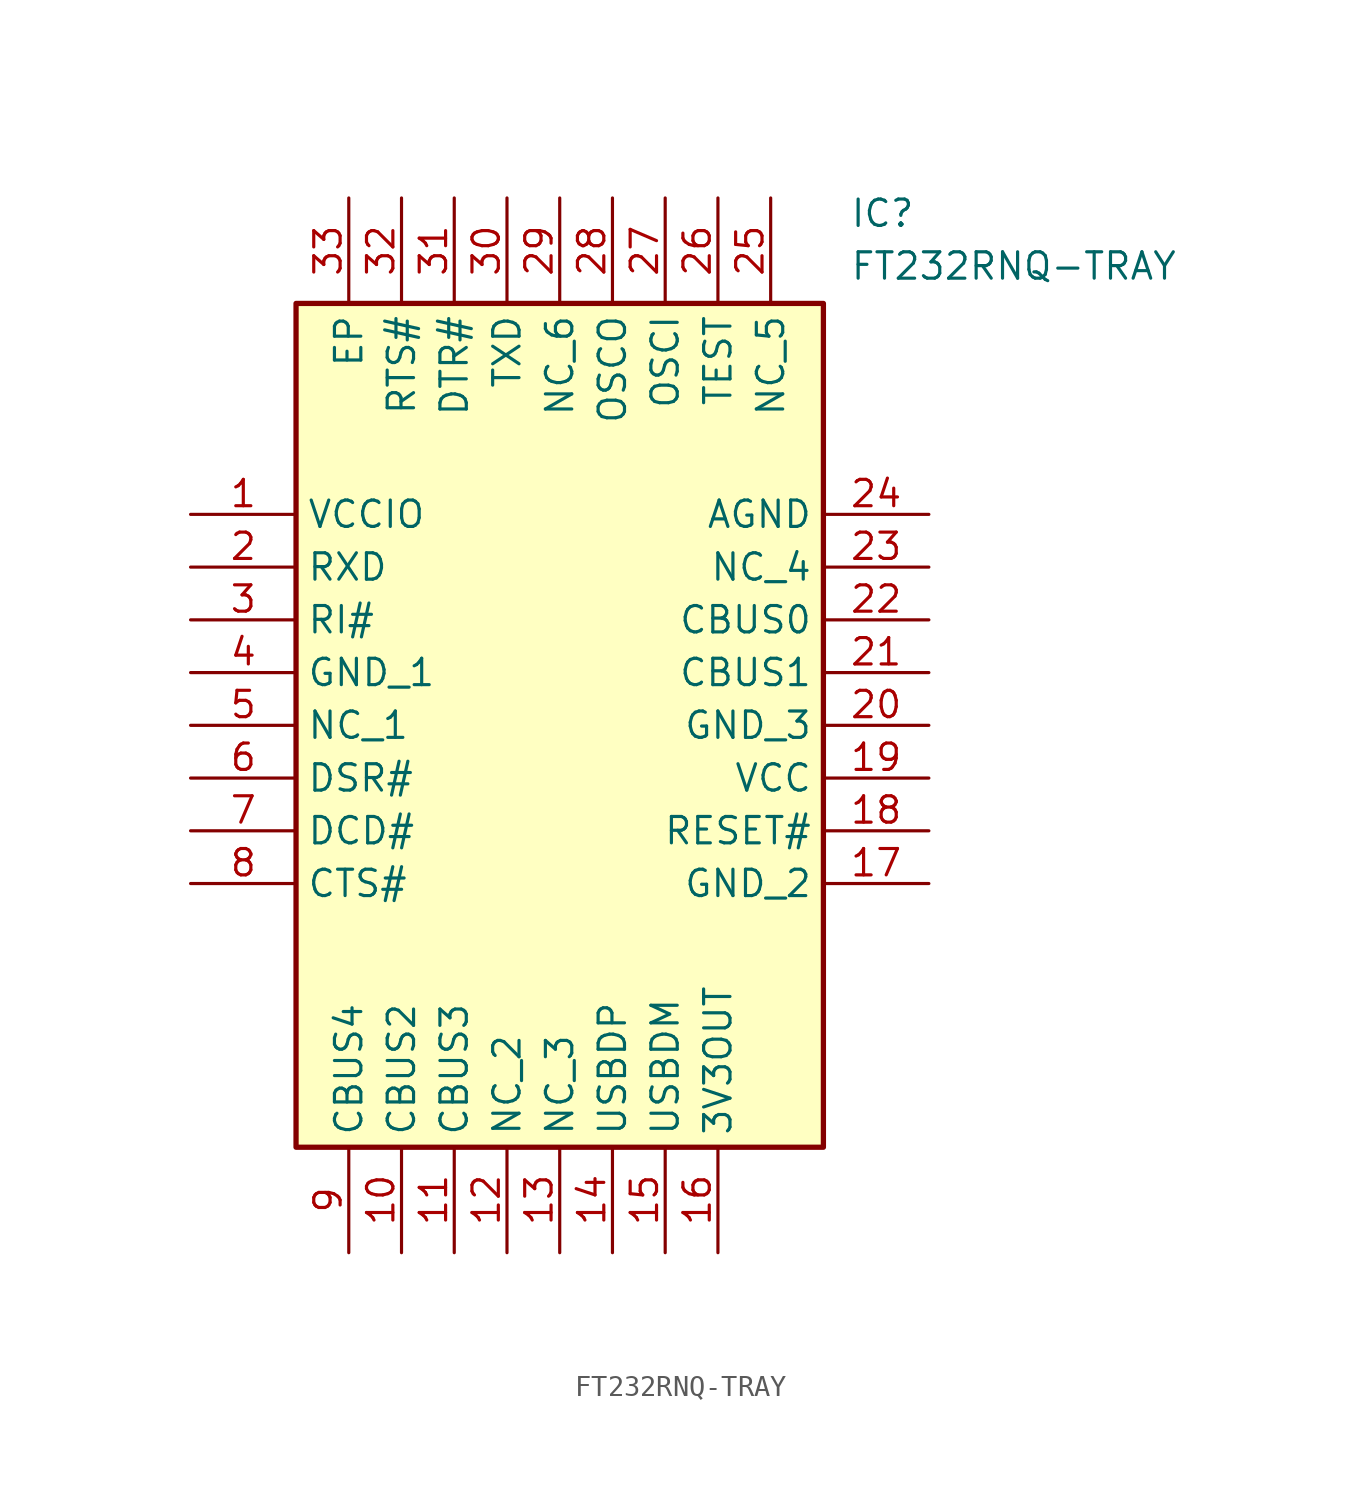
<source format=kicad_sym>
(kicad_symbol_lib
  (version 20211014)
  (generator SamacSys_ECAD_Model)
  (symbol "FT232RNQ-TRAY"
    (property "Reference" "IC"
      (at 31.75 15.24 0)
      (effects (font (size 1.27 1.27)) (justify left top)))
    (property "Value" "FT232RNQ-TRAY"
      (at 31.75 12.7 0)
      (effects (font (size 1.27 1.27)) (justify left top)))
    (rectangle
      (start 5.08 10.16)
      (end 30.48 -30.48)
      (stroke (width 0.254) (type default))
      (fill (type background)))
    (pin passive line
      (at 0 0 0)
      (length 5.08)
      (name "VCCIO" (effects (font (size 1.27 1.27))))
      (number "1" (effects (font (size 1.27 1.27)))))
    (pin passive line
      (at 0 -2.54 0)
      (length 5.08)
      (name "RXD" (effects (font (size 1.27 1.27))))
      (number "2" (effects (font (size 1.27 1.27)))))
    (pin passive line
      (at 0 -5.08 0)
      (length 5.08)
      (name "RI#" (effects (font (size 1.27 1.27))))
      (number "3" (effects (font (size 1.27 1.27)))))
    (pin passive line
      (at 0 -7.62 0)
      (length 5.08)
      (name "GND_1" (effects (font (size 1.27 1.27))))
      (number "4" (effects (font (size 1.27 1.27)))))
    (pin passive line
      (at 0 -10.16 0)
      (length 5.08)
      (name "NC_1" (effects (font (size 1.27 1.27))))
      (number "5" (effects (font (size 1.27 1.27)))))
    (pin passive line
      (at 0 -12.7 0)
      (length 5.08)
      (name "DSR#" (effects (font (size 1.27 1.27))))
      (number "6" (effects (font (size 1.27 1.27)))))
    (pin passive line
      (at 0 -15.24 0)
      (length 5.08)
      (name "DCD#" (effects (font (size 1.27 1.27))))
      (number "7" (effects (font (size 1.27 1.27)))))
    (pin passive line
      (at 0 -17.78 0)
      (length 5.08)
      (name "CTS#" (effects (font (size 1.27 1.27))))
      (number "8" (effects (font (size 1.27 1.27)))))
    (pin passive line
      (at 7.62 -35.56 90)
      (length 5.08)
      (name "CBUS4" (effects (font (size 1.27 1.27))))
      (number "9" (effects (font (size 1.27 1.27)))))
    (pin passive line
      (at 10.16 -35.56 90)
      (length 5.08)
      (name "CBUS2" (effects (font (size 1.27 1.27))))
      (number "10" (effects (font (size 1.27 1.27)))))
    (pin passive line
      (at 12.7 -35.56 90)
      (length 5.08)
      (name "CBUS3" (effects (font (size 1.27 1.27))))
      (number "11" (effects (font (size 1.27 1.27)))))
    (pin passive line
      (at 15.24 -35.56 90)
      (length 5.08)
      (name "NC_2" (effects (font (size 1.27 1.27))))
      (number "12" (effects (font (size 1.27 1.27)))))
    (pin passive line
      (at 17.78 -35.56 90)
      (length 5.08)
      (name "NC_3" (effects (font (size 1.27 1.27))))
      (number "13" (effects (font (size 1.27 1.27)))))
    (pin passive line
      (at 20.32 -35.56 90)
      (length 5.08)
      (name "USBDP" (effects (font (size 1.27 1.27))))
      (number "14" (effects (font (size 1.27 1.27)))))
    (pin passive line
      (at 22.86 -35.56 90)
      (length 5.08)
      (name "USBDM" (effects (font (size 1.27 1.27))))
      (number "15" (effects (font (size 1.27 1.27)))))
    (pin passive line
      (at 25.4 -35.56 90)
      (length 5.08)
      (name "3V3OUT" (effects (font (size 1.27 1.27))))
      (number "16" (effects (font (size 1.27 1.27)))))
    (pin passive line
      (at 35.56 0 180)
      (length 5.08)
      (name "AGND" (effects (font (size 1.27 1.27))))
      (number "24" (effects (font (size 1.27 1.27)))))
    (pin passive line
      (at 35.56 -2.54 180)
      (length 5.08)
      (name "NC_4" (effects (font (size 1.27 1.27))))
      (number "23" (effects (font (size 1.27 1.27)))))
    (pin passive line
      (at 35.56 -5.08 180)
      (length 5.08)
      (name "CBUS0" (effects (font (size 1.27 1.27))))
      (number "22" (effects (font (size 1.27 1.27)))))
    (pin passive line
      (at 35.56 -7.62 180)
      (length 5.08)
      (name "CBUS1" (effects (font (size 1.27 1.27))))
      (number "21" (effects (font (size 1.27 1.27)))))
    (pin passive line
      (at 35.56 -10.16 180)
      (length 5.08)
      (name "GND_3" (effects (font (size 1.27 1.27))))
      (number "20" (effects (font (size 1.27 1.27)))))
    (pin passive line
      (at 35.56 -12.7 180)
      (length 5.08)
      (name "VCC" (effects (font (size 1.27 1.27))))
      (number "19" (effects (font (size 1.27 1.27)))))
    (pin passive line
      (at 35.56 -15.24 180)
      (length 5.08)
      (name "RESET#" (effects (font (size 1.27 1.27))))
      (number "18" (effects (font (size 1.27 1.27)))))
    (pin passive line
      (at 35.56 -17.78 180)
      (length 5.08)
      (name "GND_2" (effects (font (size 1.27 1.27))))
      (number "17" (effects (font (size 1.27 1.27)))))
    (pin passive line
      (at 7.62 15.24 270)
      (length 5.08)
      (name "EP" (effects (font (size 1.27 1.27))))
      (number "33" (effects (font (size 1.27 1.27)))))
    (pin passive line
      (at 10.16 15.24 270)
      (length 5.08)
      (name "RTS#" (effects (font (size 1.27 1.27))))
      (number "32" (effects (font (size 1.27 1.27)))))
    (pin passive line
      (at 12.7 15.24 270)
      (length 5.08)
      (name "DTR#" (effects (font (size 1.27 1.27))))
      (number "31" (effects (font (size 1.27 1.27)))))
    (pin passive line
      (at 15.24 15.24 270)
      (length 5.08)
      (name "TXD" (effects (font (size 1.27 1.27))))
      (number "30" (effects (font (size 1.27 1.27)))))
    (pin passive line
      (at 17.78 15.24 270)
      (length 5.08)
      (name "NC_6" (effects (font (size 1.27 1.27))))
      (number "29" (effects (font (size 1.27 1.27)))))
    (pin passive line
      (at 20.32 15.24 270)
      (length 5.08)
      (name "OSCO" (effects (font (size 1.27 1.27))))
      (number "28" (effects (font (size 1.27 1.27)))))
    (pin passive line
      (at 22.86 15.24 270)
      (length 5.08)
      (name "OSCI" (effects (font (size 1.27 1.27))))
      (number "27" (effects (font (size 1.27 1.27)))))
    (pin passive line
      (at 25.4 15.24 270)
      (length 5.08)
      (name "TEST" (effects (font (size 1.27 1.27))))
      (number "26" (effects (font (size 1.27 1.27)))))
    (pin passive line
      (at 27.94 15.24 270)
      (length 5.08)
      (name "NC_5" (effects (font (size 1.27 1.27))))
      (number "25" (effects (font (size 1.27 1.27)))))))
</source>
